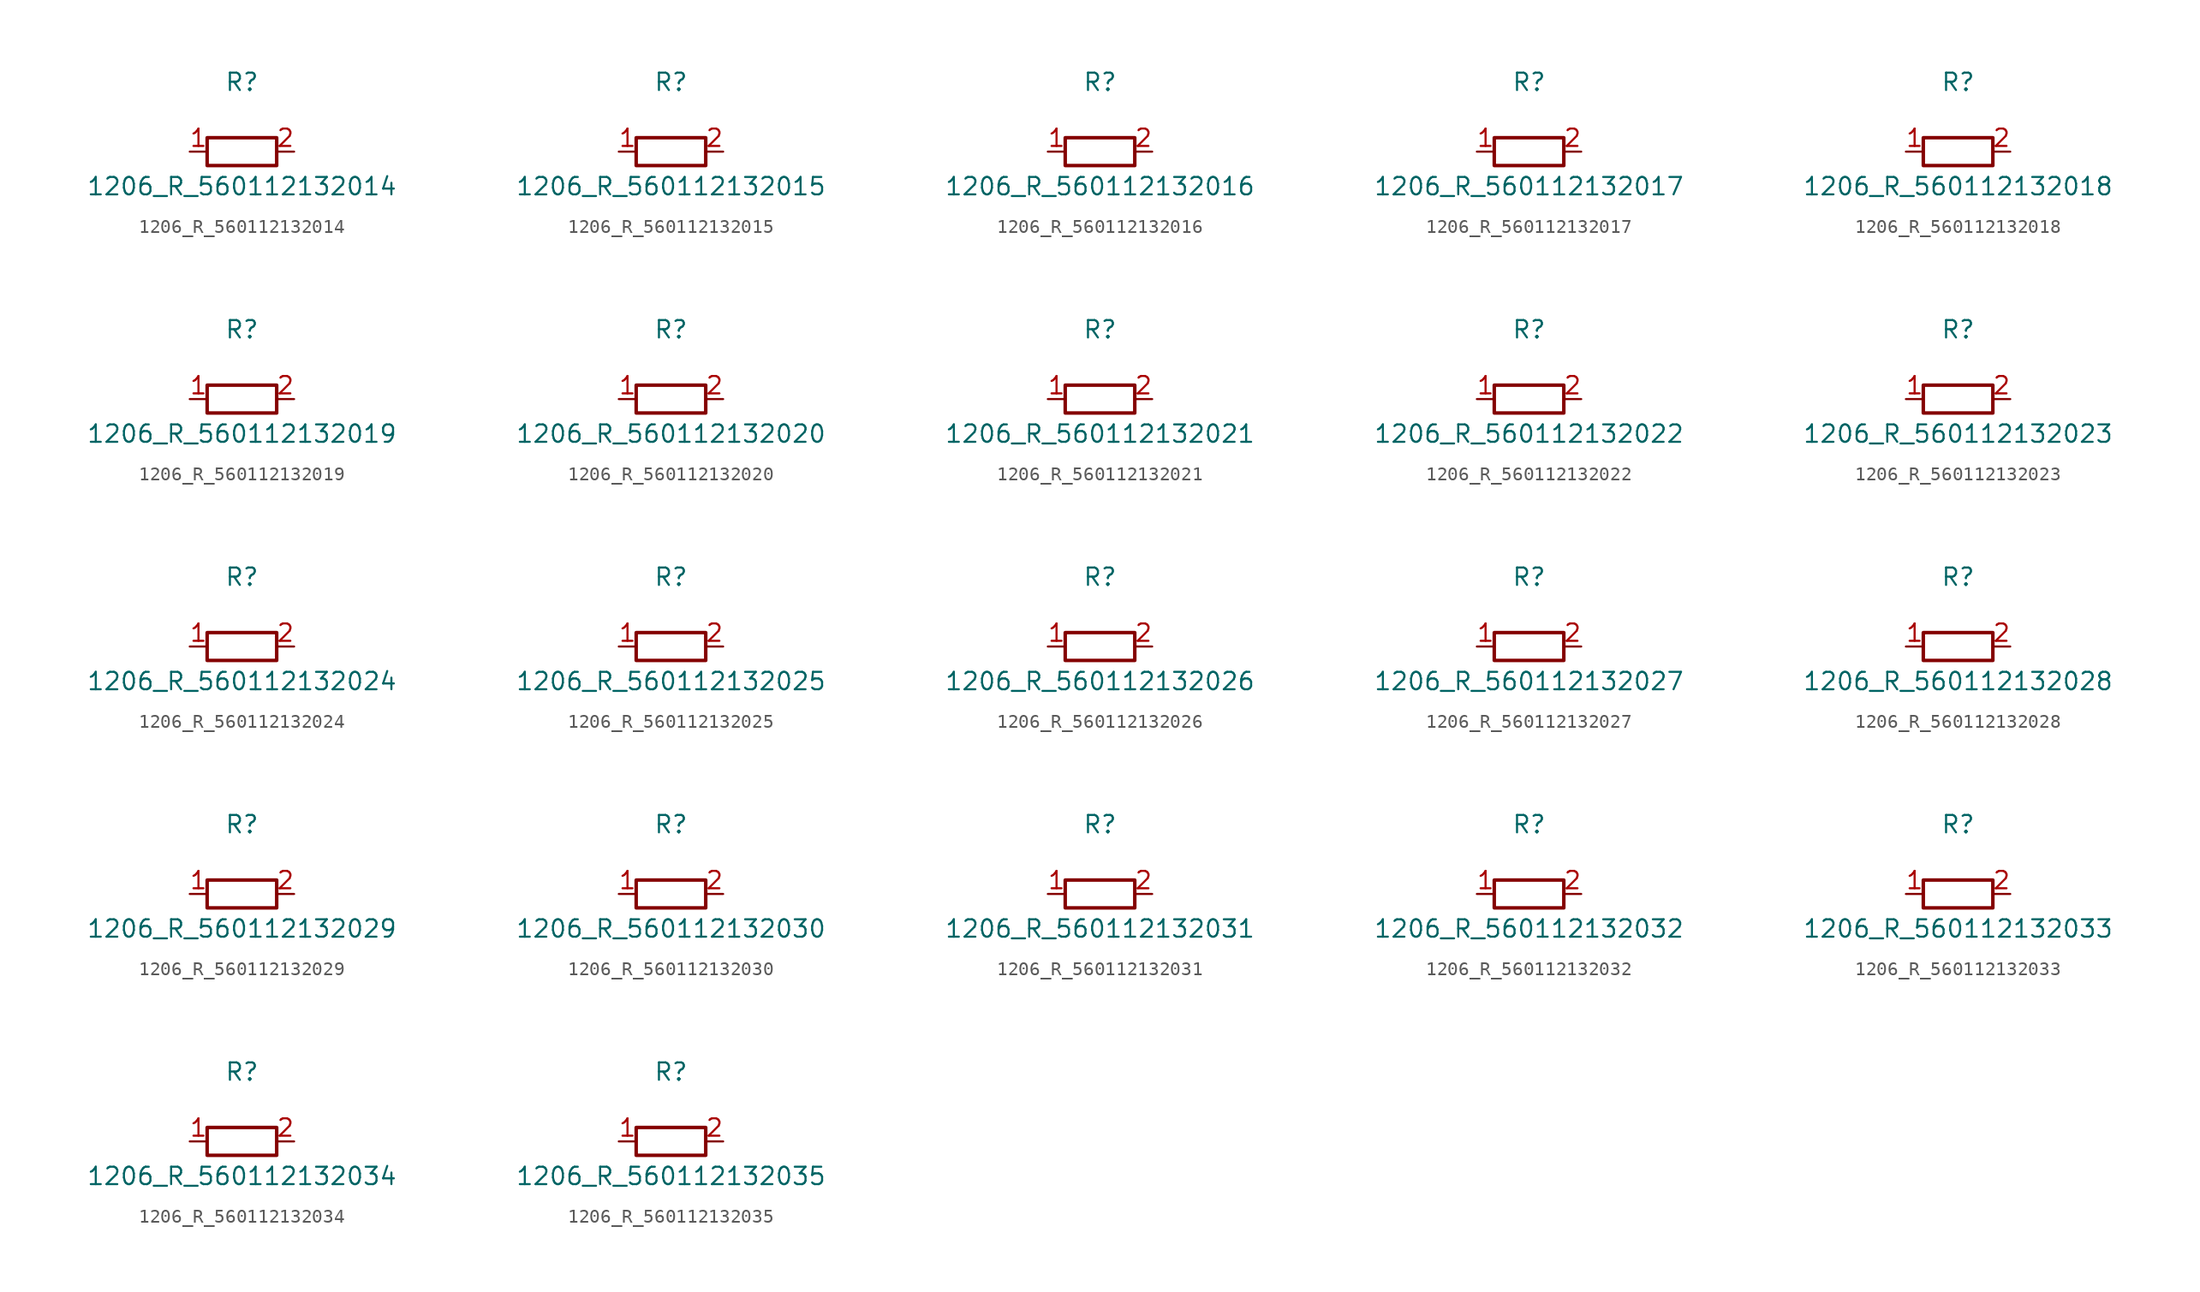
<source format=kicad_sym>
(kicad_symbol_lib
  (version 20220914)
  (generator kicad_symbol_editor)
  (symbol "1206_R_560112132014"
    (pin_names hide)
    (property "Reference" "R"
      (at 0 5.08 0)
      (effects (font (size 1.27 1.27))))
    (property "Value" "1206_R_560112132014"
      (at 0 -2.54 0)
      (effects (font (size 1.27 1.27))))
    (symbol "1206_R_560112132014_0_1"
      (rectangle (start -2.54 -1.016) (end 2.54 1.016) (stroke (width 0.254) (type default)) (fill (type none))))
    (symbol "1206_R_560112132014_1_1"
      (pin passive line (at -3.81 0 0) (length 1.27) (name "~" (effects (font (size 1.27 1.27)))) (number "1" (effects (font (size 1.27 1.27)))))
      (pin passive line (at 3.81 0 180) (length 1.27) (name "~" (effects (font (size 1.27 1.27)))) (number "2" (effects (font (size 1.27 1.27)))))))
  (symbol "1206_R_560112132015"
    (pin_names hide)
    (property "Reference" "R"
      (at 0 5.08 0)
      (effects (font (size 1.27 1.27))))
    (property "Value" "1206_R_560112132015"
      (at 0 -2.54 0)
      (effects (font (size 1.27 1.27))))
    (symbol "1206_R_560112132015_0_1"
      (rectangle (start -2.54 -1.016) (end 2.54 1.016) (stroke (width 0.254) (type default)) (fill (type none))))
    (symbol "1206_R_560112132015_1_1"
      (pin passive line (at -3.81 0 0) (length 1.27) (name "~" (effects (font (size 1.27 1.27)))) (number "1" (effects (font (size 1.27 1.27)))))
      (pin passive line (at 3.81 0 180) (length 1.27) (name "~" (effects (font (size 1.27 1.27)))) (number "2" (effects (font (size 1.27 1.27)))))))
  (symbol "1206_R_560112132016"
    (pin_names hide)
    (property "Reference" "R"
      (at 0 5.08 0)
      (effects (font (size 1.27 1.27))))
    (property "Value" "1206_R_560112132016"
      (at 0 -2.54 0)
      (effects (font (size 1.27 1.27))))
    (symbol "1206_R_560112132016_0_1"
      (rectangle (start -2.54 -1.016) (end 2.54 1.016) (stroke (width 0.254) (type default)) (fill (type none))))
    (symbol "1206_R_560112132016_1_1"
      (pin passive line (at -3.81 0 0) (length 1.27) (name "~" (effects (font (size 1.27 1.27)))) (number "1" (effects (font (size 1.27 1.27)))))
      (pin passive line (at 3.81 0 180) (length 1.27) (name "~" (effects (font (size 1.27 1.27)))) (number "2" (effects (font (size 1.27 1.27)))))))
  (symbol "1206_R_560112132017"
    (pin_names hide)
    (property "Reference" "R"
      (at 0 5.08 0)
      (effects (font (size 1.27 1.27))))
    (property "Value" "1206_R_560112132017"
      (at 0 -2.54 0)
      (effects (font (size 1.27 1.27))))
    (symbol "1206_R_560112132017_0_1"
      (rectangle (start -2.54 -1.016) (end 2.54 1.016) (stroke (width 0.254) (type default)) (fill (type none))))
    (symbol "1206_R_560112132017_1_1"
      (pin passive line (at -3.81 0 0) (length 1.27) (name "~" (effects (font (size 1.27 1.27)))) (number "1" (effects (font (size 1.27 1.27)))))
      (pin passive line (at 3.81 0 180) (length 1.27) (name "~" (effects (font (size 1.27 1.27)))) (number "2" (effects (font (size 1.27 1.27)))))))
  (symbol "1206_R_560112132018"
    (pin_names hide)
    (property "Reference" "R"
      (at 0 5.08 0)
      (effects (font (size 1.27 1.27))))
    (property "Value" "1206_R_560112132018"
      (at 0 -2.54 0)
      (effects (font (size 1.27 1.27))))
    (symbol "1206_R_560112132018_0_1"
      (rectangle (start -2.54 -1.016) (end 2.54 1.016) (stroke (width 0.254) (type default)) (fill (type none))))
    (symbol "1206_R_560112132018_1_1"
      (pin passive line (at -3.81 0 0) (length 1.27) (name "~" (effects (font (size 1.27 1.27)))) (number "1" (effects (font (size 1.27 1.27)))))
      (pin passive line (at 3.81 0 180) (length 1.27) (name "~" (effects (font (size 1.27 1.27)))) (number "2" (effects (font (size 1.27 1.27)))))))
  (symbol "1206_R_560112132019"
    (pin_names hide)
    (property "Reference" "R"
      (at 0 5.08 0)
      (effects (font (size 1.27 1.27))))
    (property "Value" "1206_R_560112132019"
      (at 0 -2.54 0)
      (effects (font (size 1.27 1.27))))
    (symbol "1206_R_560112132019_0_1"
      (rectangle (start -2.54 -1.016) (end 2.54 1.016) (stroke (width 0.254) (type default)) (fill (type none))))
    (symbol "1206_R_560112132019_1_1"
      (pin passive line (at -3.81 0 0) (length 1.27) (name "~" (effects (font (size 1.27 1.27)))) (number "1" (effects (font (size 1.27 1.27)))))
      (pin passive line (at 3.81 0 180) (length 1.27) (name "~" (effects (font (size 1.27 1.27)))) (number "2" (effects (font (size 1.27 1.27)))))))
  (symbol "1206_R_560112132020"
    (pin_names hide)
    (property "Reference" "R"
      (at 0 5.08 0)
      (effects (font (size 1.27 1.27))))
    (property "Value" "1206_R_560112132020"
      (at 0 -2.54 0)
      (effects (font (size 1.27 1.27))))
    (symbol "1206_R_560112132020_0_1"
      (rectangle (start -2.54 -1.016) (end 2.54 1.016) (stroke (width 0.254) (type default)) (fill (type none))))
    (symbol "1206_R_560112132020_1_1"
      (pin passive line (at -3.81 0 0) (length 1.27) (name "~" (effects (font (size 1.27 1.27)))) (number "1" (effects (font (size 1.27 1.27)))))
      (pin passive line (at 3.81 0 180) (length 1.27) (name "~" (effects (font (size 1.27 1.27)))) (number "2" (effects (font (size 1.27 1.27)))))))
  (symbol "1206_R_560112132021"
    (pin_names hide)
    (property "Reference" "R"
      (at 0 5.08 0)
      (effects (font (size 1.27 1.27))))
    (property "Value" "1206_R_560112132021"
      (at 0 -2.54 0)
      (effects (font (size 1.27 1.27))))
    (symbol "1206_R_560112132021_0_1"
      (rectangle (start -2.54 -1.016) (end 2.54 1.016) (stroke (width 0.254) (type default)) (fill (type none))))
    (symbol "1206_R_560112132021_1_1"
      (pin passive line (at -3.81 0 0) (length 1.27) (name "~" (effects (font (size 1.27 1.27)))) (number "1" (effects (font (size 1.27 1.27)))))
      (pin passive line (at 3.81 0 180) (length 1.27) (name "~" (effects (font (size 1.27 1.27)))) (number "2" (effects (font (size 1.27 1.27)))))))
  (symbol "1206_R_560112132022"
    (pin_names hide)
    (property "Reference" "R"
      (at 0 5.08 0)
      (effects (font (size 1.27 1.27))))
    (property "Value" "1206_R_560112132022"
      (at 0 -2.54 0)
      (effects (font (size 1.27 1.27))))
    (symbol "1206_R_560112132022_0_1"
      (rectangle (start -2.54 -1.016) (end 2.54 1.016) (stroke (width 0.254) (type default)) (fill (type none))))
    (symbol "1206_R_560112132022_1_1"
      (pin passive line (at -3.81 0 0) (length 1.27) (name "~" (effects (font (size 1.27 1.27)))) (number "1" (effects (font (size 1.27 1.27)))))
      (pin passive line (at 3.81 0 180) (length 1.27) (name "~" (effects (font (size 1.27 1.27)))) (number "2" (effects (font (size 1.27 1.27)))))))
  (symbol "1206_R_560112132023"
    (pin_names hide)
    (property "Reference" "R"
      (at 0 5.08 0)
      (effects (font (size 1.27 1.27))))
    (property "Value" "1206_R_560112132023"
      (at 0 -2.54 0)
      (effects (font (size 1.27 1.27))))
    (symbol "1206_R_560112132023_0_1"
      (rectangle (start -2.54 -1.016) (end 2.54 1.016) (stroke (width 0.254) (type default)) (fill (type none))))
    (symbol "1206_R_560112132023_1_1"
      (pin passive line (at -3.81 0 0) (length 1.27) (name "~" (effects (font (size 1.27 1.27)))) (number "1" (effects (font (size 1.27 1.27)))))
      (pin passive line (at 3.81 0 180) (length 1.27) (name "~" (effects (font (size 1.27 1.27)))) (number "2" (effects (font (size 1.27 1.27)))))))
  (symbol "1206_R_560112132024"
    (pin_names hide)
    (property "Reference" "R"
      (at 0 5.08 0)
      (effects (font (size 1.27 1.27))))
    (property "Value" "1206_R_560112132024"
      (at 0 -2.54 0)
      (effects (font (size 1.27 1.27))))
    (symbol "1206_R_560112132024_0_1"
      (rectangle (start -2.54 -1.016) (end 2.54 1.016) (stroke (width 0.254) (type default)) (fill (type none))))
    (symbol "1206_R_560112132024_1_1"
      (pin passive line (at -3.81 0 0) (length 1.27) (name "~" (effects (font (size 1.27 1.27)))) (number "1" (effects (font (size 1.27 1.27)))))
      (pin passive line (at 3.81 0 180) (length 1.27) (name "~" (effects (font (size 1.27 1.27)))) (number "2" (effects (font (size 1.27 1.27)))))))
  (symbol "1206_R_560112132025"
    (pin_names hide)
    (property "Reference" "R"
      (at 0 5.08 0)
      (effects (font (size 1.27 1.27))))
    (property "Value" "1206_R_560112132025"
      (at 0 -2.54 0)
      (effects (font (size 1.27 1.27))))
    (symbol "1206_R_560112132025_0_1"
      (rectangle (start -2.54 -1.016) (end 2.54 1.016) (stroke (width 0.254) (type default)) (fill (type none))))
    (symbol "1206_R_560112132025_1_1"
      (pin passive line (at -3.81 0 0) (length 1.27) (name "~" (effects (font (size 1.27 1.27)))) (number "1" (effects (font (size 1.27 1.27)))))
      (pin passive line (at 3.81 0 180) (length 1.27) (name "~" (effects (font (size 1.27 1.27)))) (number "2" (effects (font (size 1.27 1.27)))))))
  (symbol "1206_R_560112132026"
    (pin_names hide)
    (property "Reference" "R"
      (at 0 5.08 0)
      (effects (font (size 1.27 1.27))))
    (property "Value" "1206_R_560112132026"
      (at 0 -2.54 0)
      (effects (font (size 1.27 1.27))))
    (symbol "1206_R_560112132026_0_1"
      (rectangle (start -2.54 -1.016) (end 2.54 1.016) (stroke (width 0.254) (type default)) (fill (type none))))
    (symbol "1206_R_560112132026_1_1"
      (pin passive line (at -3.81 0 0) (length 1.27) (name "~" (effects (font (size 1.27 1.27)))) (number "1" (effects (font (size 1.27 1.27)))))
      (pin passive line (at 3.81 0 180) (length 1.27) (name "~" (effects (font (size 1.27 1.27)))) (number "2" (effects (font (size 1.27 1.27)))))))
  (symbol "1206_R_560112132027"
    (pin_names hide)
    (property "Reference" "R"
      (at 0 5.08 0)
      (effects (font (size 1.27 1.27))))
    (property "Value" "1206_R_560112132027"
      (at 0 -2.54 0)
      (effects (font (size 1.27 1.27))))
    (symbol "1206_R_560112132027_0_1"
      (rectangle (start -2.54 -1.016) (end 2.54 1.016) (stroke (width 0.254) (type default)) (fill (type none))))
    (symbol "1206_R_560112132027_1_1"
      (pin passive line (at -3.81 0 0) (length 1.27) (name "~" (effects (font (size 1.27 1.27)))) (number "1" (effects (font (size 1.27 1.27)))))
      (pin passive line (at 3.81 0 180) (length 1.27) (name "~" (effects (font (size 1.27 1.27)))) (number "2" (effects (font (size 1.27 1.27)))))))
  (symbol "1206_R_560112132028"
    (pin_names hide)
    (property "Reference" "R"
      (at 0 5.08 0)
      (effects (font (size 1.27 1.27))))
    (property "Value" "1206_R_560112132028"
      (at 0 -2.54 0)
      (effects (font (size 1.27 1.27))))
    (symbol "1206_R_560112132028_0_1"
      (rectangle (start -2.54 -1.016) (end 2.54 1.016) (stroke (width 0.254) (type default)) (fill (type none))))
    (symbol "1206_R_560112132028_1_1"
      (pin passive line (at -3.81 0 0) (length 1.27) (name "~" (effects (font (size 1.27 1.27)))) (number "1" (effects (font (size 1.27 1.27)))))
      (pin passive line (at 3.81 0 180) (length 1.27) (name "~" (effects (font (size 1.27 1.27)))) (number "2" (effects (font (size 1.27 1.27)))))))
  (symbol "1206_R_560112132029"
    (pin_names hide)
    (property "Reference" "R"
      (at 0 5.08 0)
      (effects (font (size 1.27 1.27))))
    (property "Value" "1206_R_560112132029"
      (at 0 -2.54 0)
      (effects (font (size 1.27 1.27))))
    (symbol "1206_R_560112132029_0_1"
      (rectangle (start -2.54 -1.016) (end 2.54 1.016) (stroke (width 0.254) (type default)) (fill (type none))))
    (symbol "1206_R_560112132029_1_1"
      (pin passive line (at -3.81 0 0) (length 1.27) (name "~" (effects (font (size 1.27 1.27)))) (number "1" (effects (font (size 1.27 1.27)))))
      (pin passive line (at 3.81 0 180) (length 1.27) (name "~" (effects (font (size 1.27 1.27)))) (number "2" (effects (font (size 1.27 1.27)))))))
  (symbol "1206_R_560112132030"
    (pin_names hide)
    (property "Reference" "R"
      (at 0 5.08 0)
      (effects (font (size 1.27 1.27))))
    (property "Value" "1206_R_560112132030"
      (at 0 -2.54 0)
      (effects (font (size 1.27 1.27))))
    (symbol "1206_R_560112132030_0_1"
      (rectangle (start -2.54 -1.016) (end 2.54 1.016) (stroke (width 0.254) (type default)) (fill (type none))))
    (symbol "1206_R_560112132030_1_1"
      (pin passive line (at -3.81 0 0) (length 1.27) (name "~" (effects (font (size 1.27 1.27)))) (number "1" (effects (font (size 1.27 1.27)))))
      (pin passive line (at 3.81 0 180) (length 1.27) (name "~" (effects (font (size 1.27 1.27)))) (number "2" (effects (font (size 1.27 1.27)))))))
  (symbol "1206_R_560112132031"
    (pin_names hide)
    (property "Reference" "R"
      (at 0 5.08 0)
      (effects (font (size 1.27 1.27))))
    (property "Value" "1206_R_560112132031"
      (at 0 -2.54 0)
      (effects (font (size 1.27 1.27))))
    (symbol "1206_R_560112132031_0_1"
      (rectangle (start -2.54 -1.016) (end 2.54 1.016) (stroke (width 0.254) (type default)) (fill (type none))))
    (symbol "1206_R_560112132031_1_1"
      (pin passive line (at -3.81 0 0) (length 1.27) (name "~" (effects (font (size 1.27 1.27)))) (number "1" (effects (font (size 1.27 1.27)))))
      (pin passive line (at 3.81 0 180) (length 1.27) (name "~" (effects (font (size 1.27 1.27)))) (number "2" (effects (font (size 1.27 1.27)))))))
  (symbol "1206_R_560112132032"
    (pin_names hide)
    (property "Reference" "R"
      (at 0 5.08 0)
      (effects (font (size 1.27 1.27))))
    (property "Value" "1206_R_560112132032"
      (at 0 -2.54 0)
      (effects (font (size 1.27 1.27))))
    (symbol "1206_R_560112132032_0_1"
      (rectangle (start -2.54 -1.016) (end 2.54 1.016) (stroke (width 0.254) (type default)) (fill (type none))))
    (symbol "1206_R_560112132032_1_1"
      (pin passive line (at -3.81 0 0) (length 1.27) (name "~" (effects (font (size 1.27 1.27)))) (number "1" (effects (font (size 1.27 1.27)))))
      (pin passive line (at 3.81 0 180) (length 1.27) (name "~" (effects (font (size 1.27 1.27)))) (number "2" (effects (font (size 1.27 1.27)))))))
  (symbol "1206_R_560112132033"
    (pin_names hide)
    (property "Reference" "R"
      (at 0 5.08 0)
      (effects (font (size 1.27 1.27))))
    (property "Value" "1206_R_560112132033"
      (at 0 -2.54 0)
      (effects (font (size 1.27 1.27))))
    (symbol "1206_R_560112132033_0_1"
      (rectangle (start -2.54 -1.016) (end 2.54 1.016) (stroke (width 0.254) (type default)) (fill (type none))))
    (symbol "1206_R_560112132033_1_1"
      (pin passive line (at -3.81 0 0) (length 1.27) (name "~" (effects (font (size 1.27 1.27)))) (number "1" (effects (font (size 1.27 1.27)))))
      (pin passive line (at 3.81 0 180) (length 1.27) (name "~" (effects (font (size 1.27 1.27)))) (number "2" (effects (font (size 1.27 1.27)))))))
  (symbol "1206_R_560112132034"
    (pin_names hide)
    (property "Reference" "R"
      (at 0 5.08 0)
      (effects (font (size 1.27 1.27))))
    (property "Value" "1206_R_560112132034"
      (at 0 -2.54 0)
      (effects (font (size 1.27 1.27))))
    (symbol "1206_R_560112132034_0_1"
      (rectangle (start -2.54 -1.016) (end 2.54 1.016) (stroke (width 0.254) (type default)) (fill (type none))))
    (symbol "1206_R_560112132034_1_1"
      (pin passive line (at -3.81 0 0) (length 1.27) (name "~" (effects (font (size 1.27 1.27)))) (number "1" (effects (font (size 1.27 1.27)))))
      (pin passive line (at 3.81 0 180) (length 1.27) (name "~" (effects (font (size 1.27 1.27)))) (number "2" (effects (font (size 1.27 1.27)))))))
  (symbol "1206_R_560112132035"
    (pin_names hide)
    (property "Reference" "R"
      (at 0 5.08 0)
      (effects (font (size 1.27 1.27))))
    (property "Value" "1206_R_560112132035"
      (at 0 -2.54 0)
      (effects (font (size 1.27 1.27))))
    (symbol "1206_R_560112132035_0_1"
      (rectangle (start -2.54 -1.016) (end 2.54 1.016) (stroke (width 0.254) (type default)) (fill (type none))))
    (symbol "1206_R_560112132035_1_1"
      (pin passive line (at -3.81 0 0) (length 1.27) (name "~" (effects (font (size 1.27 1.27)))) (number "1" (effects (font (size 1.27 1.27)))))
      (pin passive line (at 3.81 0 180) (length 1.27) (name "~" (effects (font (size 1.27 1.27)))) (number "2" (effects (font (size 1.27 1.27))))))))
</source>
